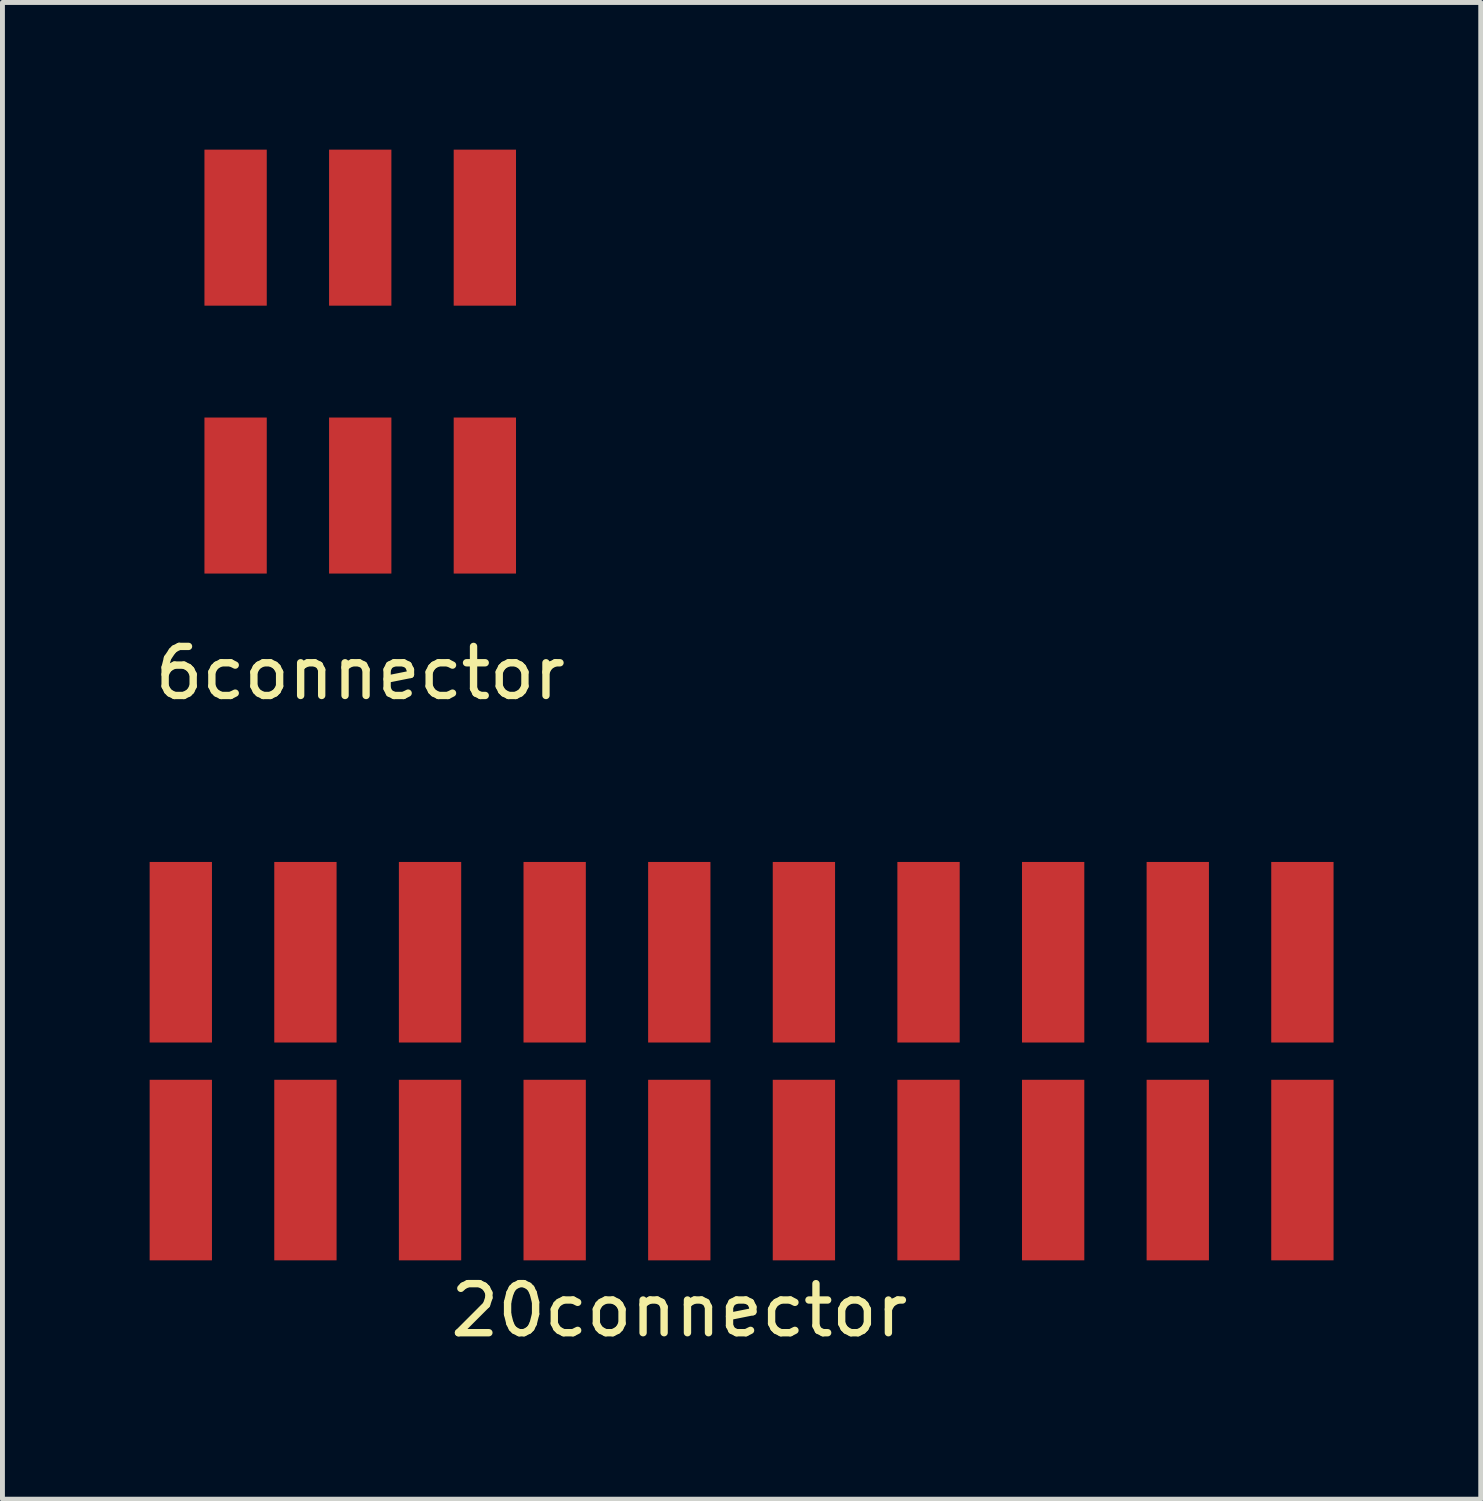
<source format=kicad_pcb>
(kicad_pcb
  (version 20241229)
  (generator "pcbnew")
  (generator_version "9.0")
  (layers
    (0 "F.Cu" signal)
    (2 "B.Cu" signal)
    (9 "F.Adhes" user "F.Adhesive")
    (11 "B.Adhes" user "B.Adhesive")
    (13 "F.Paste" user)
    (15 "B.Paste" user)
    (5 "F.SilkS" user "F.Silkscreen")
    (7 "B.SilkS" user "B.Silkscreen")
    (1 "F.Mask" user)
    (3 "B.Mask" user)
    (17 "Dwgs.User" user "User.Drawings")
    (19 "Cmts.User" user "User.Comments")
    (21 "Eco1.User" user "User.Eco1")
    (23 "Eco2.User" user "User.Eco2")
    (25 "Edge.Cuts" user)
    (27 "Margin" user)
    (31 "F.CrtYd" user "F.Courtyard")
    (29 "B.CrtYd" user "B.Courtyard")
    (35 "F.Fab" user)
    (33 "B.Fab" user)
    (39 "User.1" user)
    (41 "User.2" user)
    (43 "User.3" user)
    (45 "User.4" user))
  (footprint "6connector"
    (layer "F.Cu")
    (at 4.292 4.32)
    (property "Reference" "6connector" (at 0 6.35 0) (layer "F.SilkS") (effects (font (size 1 1) (thickness 0.15))))
    (attr through_hole)
    (pad "1" smd rect (at -2.54 2.73) (size 1.27 3.18) (layers "F.Cu" "F.Mask" "F.Paste"))
    (pad "2" smd rect (at -2.54 -2.73) (size 1.27 3.18) (layers "F.Cu" "F.Mask" "F.Paste"))
    (pad "3" smd rect (at 0 2.73) (size 1.27 3.18) (layers "F.Cu" "F.Mask" "F.Paste"))
    (pad "4" smd rect (at 0 -2.73) (size 1.27 3.18) (layers "F.Cu" "F.Mask" "F.Paste"))
    (pad "5" smd rect (at 2.54 2.73) (size 1.27 3.18) (layers "F.Cu" "F.Mask" "F.Paste"))
    (pad "6" smd rect (at 2.54 -2.73) (size 1.27 3.18) (layers "F.Cu" "F.Mask" "F.Paste")))
  (footprint "20connector"
    (layer "F.Cu")
    (at 10.795 18.578)
    (property "Reference" "20connector" (at 0 5.08 0) (layer "F.SilkS") (effects (font (size 1 1) (thickness 0.15))))
    (attr through_hole)
    (pad "1" smd rect (at -10.16 2.22) (size 1.27 3.68) (layers "F.Cu" "F.Mask" "F.Paste"))
    (pad "2" smd rect (at -10.16 -2.22) (size 1.27 3.68) (layers "F.Cu" "F.Mask" "F.Paste"))
    (pad "3" smd rect (at -7.62 2.22) (size 1.27 3.68) (layers "F.Cu" "F.Mask" "F.Paste"))
    (pad "4" smd rect (at -7.62 -2.22) (size 1.27 3.68) (layers "F.Cu" "F.Mask" "F.Paste"))
    (pad "5" smd rect (at -5.08 2.22) (size 1.27 3.68) (layers "F.Cu" "F.Mask" "F.Paste"))
    (pad "6" smd rect (at -5.08 -2.22) (size 1.27 3.68) (layers "F.Cu" "F.Mask" "F.Paste"))
    (pad "7" smd rect (at -2.54 2.22) (size 1.27 3.68) (layers "F.Cu" "F.Mask" "F.Paste"))
    (pad "8" smd rect (at -2.54 -2.22) (size 1.27 3.68) (layers "F.Cu" "F.Mask" "F.Paste"))
    (pad "9" smd rect (at 0 2.22) (size 1.27 3.68) (layers "F.Cu" "F.Mask" "F.Paste"))
    (pad "10" smd rect (at 0 -2.22) (size 1.27 3.68) (layers "F.Cu" "F.Mask" "F.Paste"))
    (pad "11" smd rect (at 2.54 2.22) (size 1.27 3.68) (layers "F.Cu" "F.Mask" "F.Paste"))
    (pad "12" smd rect (at 2.54 -2.22) (size 1.27 3.68) (layers "F.Cu" "F.Mask" "F.Paste"))
    (pad "13" smd rect (at 5.08 2.22) (size 1.27 3.68) (layers "F.Cu" "F.Mask" "F.Paste"))
    (pad "14" smd rect (at 5.08 -2.22) (size 1.27 3.68) (layers "F.Cu" "F.Mask" "F.Paste"))
    (pad "15" smd rect (at 7.62 2.22) (size 1.27 3.68) (layers "F.Cu" "F.Mask" "F.Paste"))
    (pad "16" smd rect (at 7.62 -2.22) (size 1.27 3.68) (layers "F.Cu" "F.Mask" "F.Paste"))
    (pad "17" smd rect (at 10.16 2.22) (size 1.27 3.68) (layers "F.Cu" "F.Mask" "F.Paste"))
    (pad "18" smd rect (at 10.16 -2.22) (size 1.27 3.68) (layers "F.Cu" "F.Mask" "F.Paste"))
    (pad "19" smd rect (at 12.7 2.22) (size 1.27 3.68) (layers "F.Cu" "F.Mask" "F.Paste"))
    (pad "20" smd rect (at 12.7 -2.22) (size 1.27 3.68) (layers "F.Cu" "F.Mask" "F.Paste")))
  (gr_rect
    (start -3 -3)
    (end 27.13 27.506)
    (stroke (width 0.1) (type default))
    (fill no)
    (layer "Edge.Cuts")))
</source>
